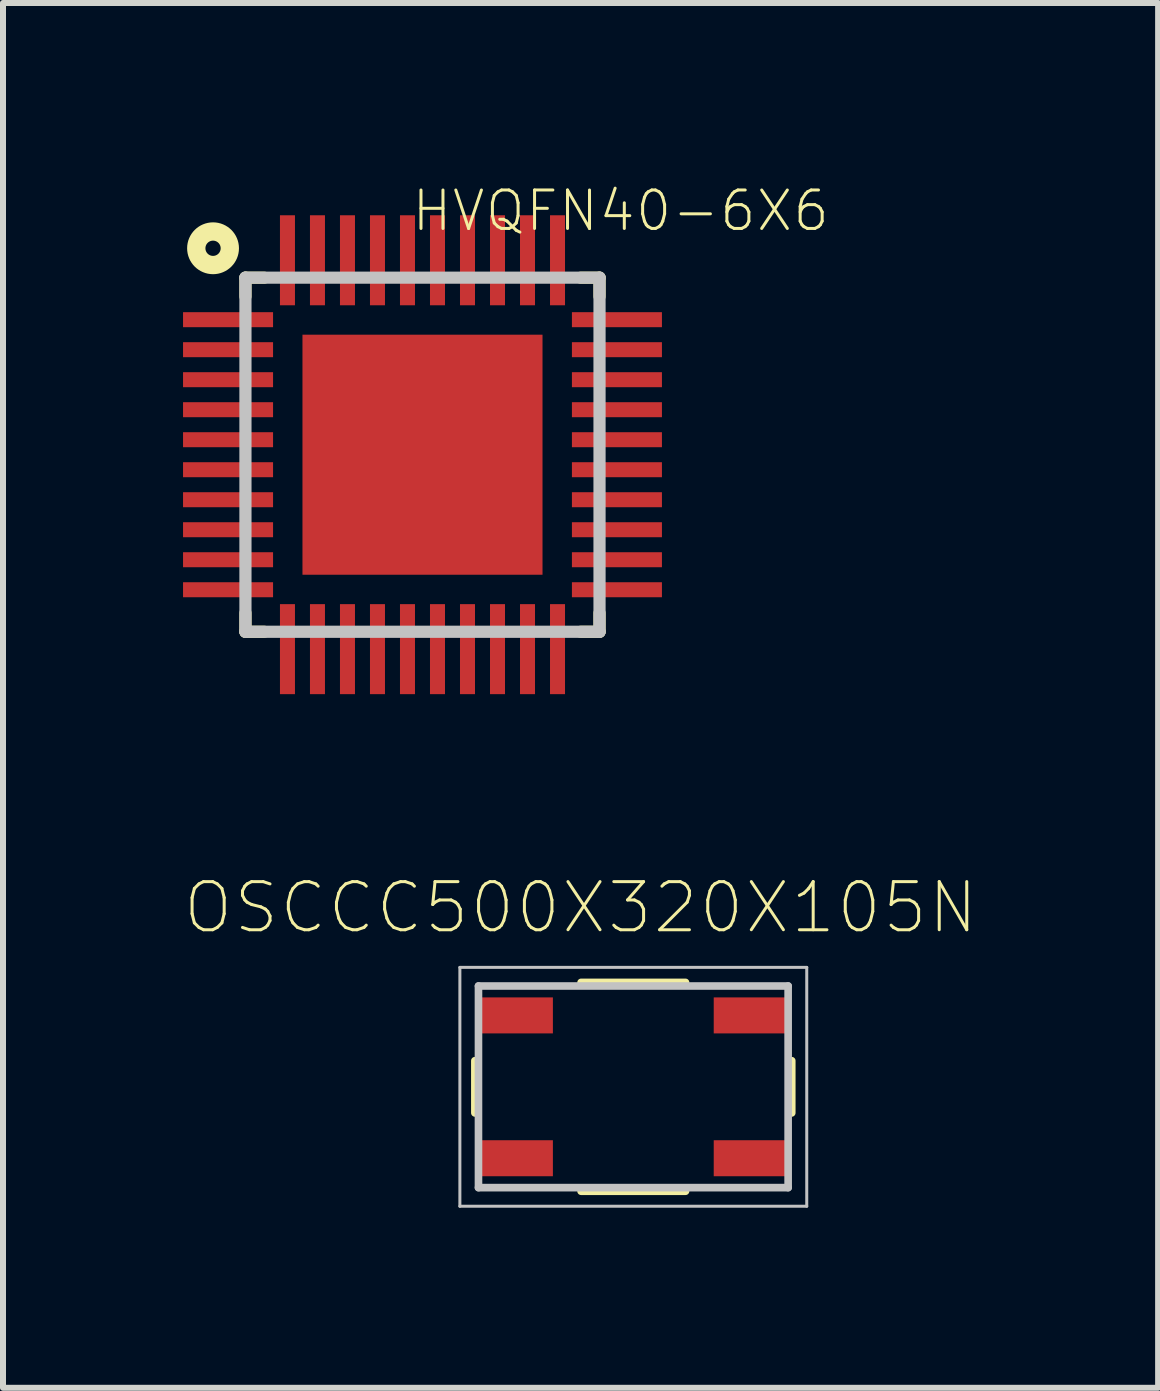
<source format=kicad_pcb>
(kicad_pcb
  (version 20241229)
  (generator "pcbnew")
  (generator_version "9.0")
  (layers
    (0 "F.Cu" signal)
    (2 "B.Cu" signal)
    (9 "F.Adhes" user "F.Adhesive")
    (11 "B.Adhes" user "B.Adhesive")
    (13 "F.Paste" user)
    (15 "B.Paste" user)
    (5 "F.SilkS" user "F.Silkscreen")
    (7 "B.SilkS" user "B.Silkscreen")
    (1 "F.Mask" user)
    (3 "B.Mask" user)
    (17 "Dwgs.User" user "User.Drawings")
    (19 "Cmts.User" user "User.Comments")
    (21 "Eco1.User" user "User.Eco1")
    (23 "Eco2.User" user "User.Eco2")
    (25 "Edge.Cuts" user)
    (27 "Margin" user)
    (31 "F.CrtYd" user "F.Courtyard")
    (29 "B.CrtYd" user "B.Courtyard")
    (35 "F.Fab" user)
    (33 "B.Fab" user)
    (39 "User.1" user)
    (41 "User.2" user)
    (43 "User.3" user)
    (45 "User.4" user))
  (footprint "HVQFN40-6X6"
    (layer "F.Cu")
    (at 3.99 4.527)
    (property "Reference" "HVQFN40-6X6" (at 3.302 -4.064 0) (layer "F.SilkS") (effects (font (size 0.641 0.641) (thickness 0.05))))
    (attr smd)
    (fp_line (start -2.95 -2.95) (end -2.95 -2.638) (stroke (width 0.203) (type solid)) (layer "F.SilkS"))
    (fp_line (start -2.95 -2.95) (end -2.638 -2.95) (stroke (width 0.203) (type solid)) (layer "F.SilkS"))
    (fp_line (start -2.95 2.638) (end -2.95 2.95) (stroke (width 0.203) (type solid)) (layer "F.SilkS"))
    (fp_line (start -2.95 2.95) (end -2.638 2.95) (stroke (width 0.203) (type solid)) (layer "F.SilkS"))
    (fp_line (start 2.638 -2.95) (end 2.95 -2.95) (stroke (width 0.203) (type solid)) (layer "F.SilkS"))
    (fp_line (start 2.638 2.95) (end 2.95 2.95) (stroke (width 0.203) (type solid)) (layer "F.SilkS"))
    (fp_line (start 2.95 -2.638) (end 2.95 -2.95) (stroke (width 0.203) (type solid)) (layer "F.SilkS"))
    (fp_line (start 2.95 2.95) (end 2.95 2.638) (stroke (width 0.203) (type solid)) (layer "F.SilkS"))
    (fp_circle (center -3.49 -3.44) (end -3.363 -3.44) (stroke (width 0.305) (type solid)) (fill no) (layer "F.SilkS"))
    (fp_poly (pts (xy -1.803 -1.8) (xy -0.8 -1.8) (xy -0.8 -0.801) (xy -1.803 -0.801)) (stroke (width 0.381) (type solid)) (fill yes) (layer "F.Paste"))
    (fp_poly (pts (xy -1.802 -0.5) (xy -0.8 -0.5) (xy -0.8 0.5) (xy -1.802 0.5)) (stroke (width 0.381) (type solid)) (fill yes) (layer "F.Paste"))
    (fp_poly (pts (xy -1.802 0.8) (xy -0.8 0.8) (xy -0.8 1.802) (xy -1.802 1.802)) (stroke (width 0.381) (type solid)) (fill yes) (layer "F.Paste"))
    (fp_poly (pts (xy -0.5 -1.8) (xy 0.5 -1.8) (xy 0.5 -0.801) (xy -0.5 -0.801)) (stroke (width 0.381) (type solid)) (fill yes) (layer "F.Paste"))
    (fp_poly (pts (xy -0.5 -0.5) (xy 0.5 -0.5) (xy 0.5 0.5) (xy -0.5 0.5)) (stroke (width 0.381) (type solid)) (fill yes) (layer "F.Paste"))
    (fp_poly (pts (xy -0.5 0.8) (xy 0.5 0.8) (xy 0.5 1.801) (xy -0.5 1.801)) (stroke (width 0.381) (type solid)) (fill yes) (layer "F.Paste"))
    (fp_poly (pts (xy 0.801 -1.8) (xy 1.8 -1.8) (xy 1.8 -0.801) (xy 0.801 -0.801)) (stroke (width 0.381) (type solid)) (fill yes) (layer "F.Paste"))
    (fp_poly (pts (xy 0.801 0.8) (xy 1.8 0.8) (xy 1.8 1.803) (xy 0.801 1.803)) (stroke (width 0.381) (type solid)) (fill yes) (layer "F.Paste"))
    (fp_poly (pts (xy 0.801 -0.5) (xy 1.8 -0.5) (xy 1.8 0.501) (xy 0.801 0.501)) (stroke (width 0.381) (type solid)) (fill yes) (layer "F.Paste"))
    (fp_line (start -2.95 -2.95) (end -2.95 2.95) (stroke (width 0.203) (type solid)) (layer "Dwgs.User"))
    (fp_line (start -2.95 -2.95) (end 2.95 -2.95) (stroke (width 0.203) (type solid)) (layer "Dwgs.User"))
    (fp_line (start -2.95 2.95) (end 2.95 2.95) (stroke (width 0.203) (type solid)) (layer "Dwgs.User"))
    (fp_line (start 2.95 2.95) (end 2.95 -2.95) (stroke (width 0.203) (type solid)) (layer "Dwgs.User"))
    (pad "1" smd rect (at -3.24 -2.25 90) (size 0.25 1.5) (layers "F.Cu" "F.Mask" "F.Paste"))
    (pad "2" smd rect (at -3.24 -1.75 90) (size 0.25 1.5) (layers "F.Cu" "F.Mask" "F.Paste"))
    (pad "3" smd rect (at -3.24 -1.25 90) (size 0.25 1.5) (layers "F.Cu" "F.Mask" "F.Paste"))
    (pad "4" smd rect (at -3.24 -0.75 90) (size 0.25 1.5) (layers "F.Cu" "F.Mask" "F.Paste"))
    (pad "5" smd rect (at -3.24 -0.25 90) (size 0.25 1.5) (layers "F.Cu" "F.Mask" "F.Paste"))
    (pad "6" smd rect (at -3.24 0.25 90) (size 0.25 1.5) (layers "F.Cu" "F.Mask" "F.Paste"))
    (pad "7" smd rect (at -3.24 0.75 90) (size 0.25 1.5) (layers "F.Cu" "F.Mask" "F.Paste"))
    (pad "8" smd rect (at -3.24 1.25 90) (size 0.25 1.5) (layers "F.Cu" "F.Mask" "F.Paste"))
    (pad "9" smd rect (at -3.24 1.75 90) (size 0.25 1.5) (layers "F.Cu" "F.Mask" "F.Paste"))
    (pad "10" smd rect (at -3.24 2.25 90) (size 0.25 1.5) (layers "F.Cu" "F.Mask" "F.Paste"))
    (pad "11" smd rect (at -2.25 3.24 180) (size 0.25 1.5) (layers "F.Cu" "F.Mask" "F.Paste"))
    (pad "12" smd rect (at -1.75 3.24 180) (size 0.25 1.5) (layers "F.Cu" "F.Mask" "F.Paste"))
    (pad "13" smd rect (at -1.25 3.24 180) (size 0.25 1.5) (layers "F.Cu" "F.Mask" "F.Paste"))
    (pad "14" smd rect (at -0.75 3.24 180) (size 0.25 1.5) (layers "F.Cu" "F.Mask" "F.Paste"))
    (pad "15" smd rect (at -0.25 3.24 180) (size 0.25 1.5) (layers "F.Cu" "F.Mask" "F.Paste"))
    (pad "16" smd rect (at 0.25 3.24 180) (size 0.25 1.5) (layers "F.Cu" "F.Mask" "F.Paste"))
    (pad "17" smd rect (at 0.75 3.24 180) (size 0.25 1.5) (layers "F.Cu" "F.Mask" "F.Paste"))
    (pad "18" smd rect (at 1.25 3.24 180) (size 0.25 1.5) (layers "F.Cu" "F.Mask" "F.Paste"))
    (pad "19" smd rect (at 1.75 3.24 180) (size 0.25 1.5) (layers "F.Cu" "F.Mask" "F.Paste"))
    (pad "20" smd rect (at 2.25 3.24 180) (size 0.25 1.5) (layers "F.Cu" "F.Mask" "F.Paste"))
    (pad "21" smd rect (at 3.24 2.25 270) (size 0.25 1.5) (layers "F.Cu" "F.Mask" "F.Paste"))
    (pad "22" smd rect (at 3.24 1.75 270) (size 0.25 1.5) (layers "F.Cu" "F.Mask" "F.Paste"))
    (pad "23" smd rect (at 3.24 1.25 270) (size 0.25 1.5) (layers "F.Cu" "F.Mask" "F.Paste"))
    (pad "24" smd rect (at 3.24 0.75 270) (size 0.25 1.5) (layers "F.Cu" "F.Mask" "F.Paste"))
    (pad "25" smd rect (at 3.24 0.25 270) (size 0.25 1.5) (layers "F.Cu" "F.Mask" "F.Paste"))
    (pad "26" smd rect (at 3.24 -0.25 270) (size 0.25 1.5) (layers "F.Cu" "F.Mask" "F.Paste"))
    (pad "27" smd rect (at 3.24 -0.75 270) (size 0.25 1.5) (layers "F.Cu" "F.Mask" "F.Paste"))
    (pad "28" smd rect (at 3.24 -1.25 270) (size 0.25 1.5) (layers "F.Cu" "F.Mask" "F.Paste"))
    (pad "29" smd rect (at 3.24 -1.75 270) (size 0.25 1.5) (layers "F.Cu" "F.Mask" "F.Paste"))
    (pad "30" smd rect (at 3.24 -2.25 270) (size 0.25 1.5) (layers "F.Cu" "F.Mask" "F.Paste"))
    (pad "31" smd rect (at 2.25 -3.24) (size 0.25 1.5) (layers "F.Cu" "F.Mask" "F.Paste"))
    (pad "32" smd rect (at 1.75 -3.24) (size 0.25 1.5) (layers "F.Cu" "F.Mask" "F.Paste"))
    (pad "33" smd rect (at 1.25 -3.24) (size 0.25 1.5) (layers "F.Cu" "F.Mask" "F.Paste"))
    (pad "34" smd rect (at 0.75 -3.24) (size 0.25 1.5) (layers "F.Cu" "F.Mask" "F.Paste"))
    (pad "35" smd rect (at 0.25 -3.24) (size 0.25 1.5) (layers "F.Cu" "F.Mask" "F.Paste"))
    (pad "36" smd rect (at -0.25 -3.24) (size 0.25 1.5) (layers "F.Cu" "F.Mask" "F.Paste"))
    (pad "37" smd rect (at -0.75 -3.24) (size 0.25 1.5) (layers "F.Cu" "F.Mask" "F.Paste"))
    (pad "38" smd rect (at -1.25 -3.24) (size 0.25 1.5) (layers "F.Cu" "F.Mask" "F.Paste"))
    (pad "39" smd rect (at -1.75 -3.24) (size 0.25 1.5) (layers "F.Cu" "F.Mask" "F.Paste"))
    (pad "40" smd rect (at -2.25 -3.24) (size 0.25 1.5) (layers "F.Cu" "F.Mask" "F.Paste"))
    (pad "TP" smd rect (at 0 0) (size 4 4) (layers "F.Cu" "F.Mask" "F.Paste")))
  (footprint "OSCCC500X320X105N"
    (layer "F.Cu")
    (at 7.503 15.06)
    (property "Reference" "OSCCC500X320X105N" (at -0.879 -2.986 0) (layer "F.SilkS") (effects (font (size 0.802 0.802) (thickness 0.05))))
    (attr smd)
    (fp_line (start -2.64 -0.435) (end -2.64 0.435) (stroke (width 0.127) (type solid)) (layer "F.SilkS"))
    (fp_line (start -0.87 -1.74) (end 0.87 -1.74) (stroke (width 0.127) (type solid)) (layer "F.SilkS"))
    (fp_line (start -0.87 1.74) (end 0.87 1.74) (stroke (width 0.127) (type solid)) (layer "F.SilkS"))
    (fp_line (start 2.64 -0.435) (end 2.64 0.435) (stroke (width 0.127) (type solid)) (layer "F.SilkS"))
    (fp_line (start -2.89 -1.99) (end -2.89 1.99) (stroke (width 0.05) (type solid)) (layer "Dwgs.User"))
    (fp_line (start -2.89 1.99) (end 2.89 1.99) (stroke (width 0.05) (type solid)) (layer "Dwgs.User"))
    (fp_line (start -2.58 -1.68) (end 2.58 -1.68) (stroke (width 0.127) (type solid)) (layer "Dwgs.User"))
    (fp_line (start -2.58 1.68) (end -2.58 -1.68) (stroke (width 0.127) (type solid)) (layer "Dwgs.User"))
    (fp_line (start 2.58 -1.68) (end 2.58 1.68) (stroke (width 0.127) (type solid)) (layer "Dwgs.User"))
    (fp_line (start 2.58 1.68) (end -2.58 1.68) (stroke (width 0.127) (type solid)) (layer "Dwgs.User"))
    (fp_line (start 2.89 -1.99) (end -2.89 -1.99) (stroke (width 0.05) (type solid)) (layer "Dwgs.User"))
    (fp_line (start 2.89 1.99) (end 2.89 -1.99) (stroke (width 0.05) (type solid)) (layer "Dwgs.User"))
    (pad "1" smd rect (at -1.94 1.19) (size 1.2 0.6) (layers "F.Cu" "F.Mask" "F.Paste"))
    (pad "2" smd rect (at 1.94 1.19) (size 1.2 0.6) (layers "F.Cu" "F.Mask" "F.Paste"))
    (pad "3" smd rect (at 1.94 -1.19) (size 1.2 0.6) (layers "F.Cu" "F.Mask" "F.Paste"))
    (pad "4" smd rect (at -1.94 -1.19) (size 1.2 0.6) (layers "F.Cu" "F.Mask" "F.Paste")))
  (gr_rect
    (start -3 -3)
    (end 16.248 20.075)
    (stroke (width 0.1) (type default))
    (fill no)
    (layer "Edge.Cuts")))
</source>
